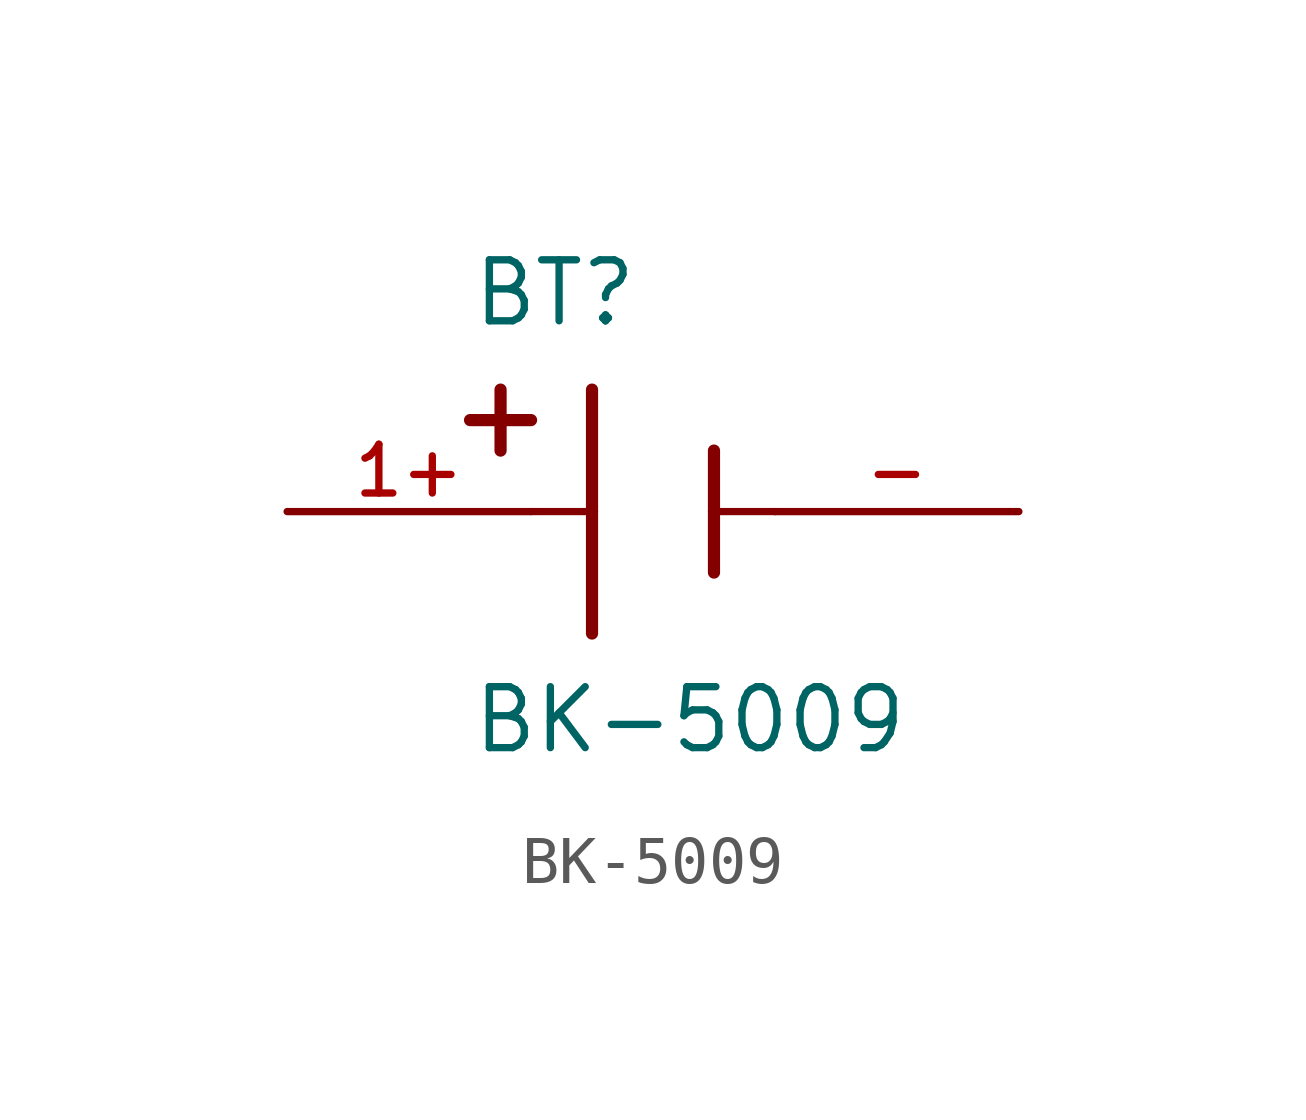
<source format=kicad_sym>
(kicad_symbol_lib
  (version 20211014)
  (generator kicad_symbol_editor)
  (symbol "BK-5009"
    (pin_names
      (offset 1.016))
    (property "Reference" "BT"
      (at -3.81 3.81 0)
      (effects (font (size 1.27 1.27)) (justify bottom left)))
    (property "Value" "BK-5009"
      (at -3.81 -5.08 0)
      (effects (font (size 1.27 1.27)) (justify bottom left)))
    (symbol "BK-5009_0_0"
      (polyline (pts (xy -1.27 2.54) (xy -1.27 0.0)) (stroke (width 0.254)))
      (polyline (pts (xy -1.27 0.0) (xy -1.27 -2.54)) (stroke (width 0.254)))
      (polyline (pts (xy 1.27 1.27) (xy 1.27 0.0)) (stroke (width 0.254)))
      (polyline (pts (xy 1.27 0.0) (xy 1.27 -1.27)) (stroke (width 0.254)))
      (polyline (pts (xy -1.27 0.0) (xy -2.54 0.0)) (stroke (width 0.152)))
      (polyline (pts (xy 1.27 0.0) (xy 2.54 0.0)) (stroke (width 0.152)))
      (polyline (pts (xy -3.175 2.54) (xy -3.175 1.27)) (stroke (width 0.254)))
      (polyline (pts (xy -3.81 1.905) (xy -2.54 1.905)) (stroke (width 0.254)))
      (pin passive line (at -7.62 0.0 0) (length 5.08) (name "~" (effects (font (size 1.016 1.016)))) (number "1+" (effects (font (size 1.016 1.016)))))
      (pin passive line (at 7.62 0.0 180.0) (length 5.08) (name "~" (effects (font (size 1.016 1.016)))) (number "-" (effects (font (size 1.016 1.016))))))))
</source>
